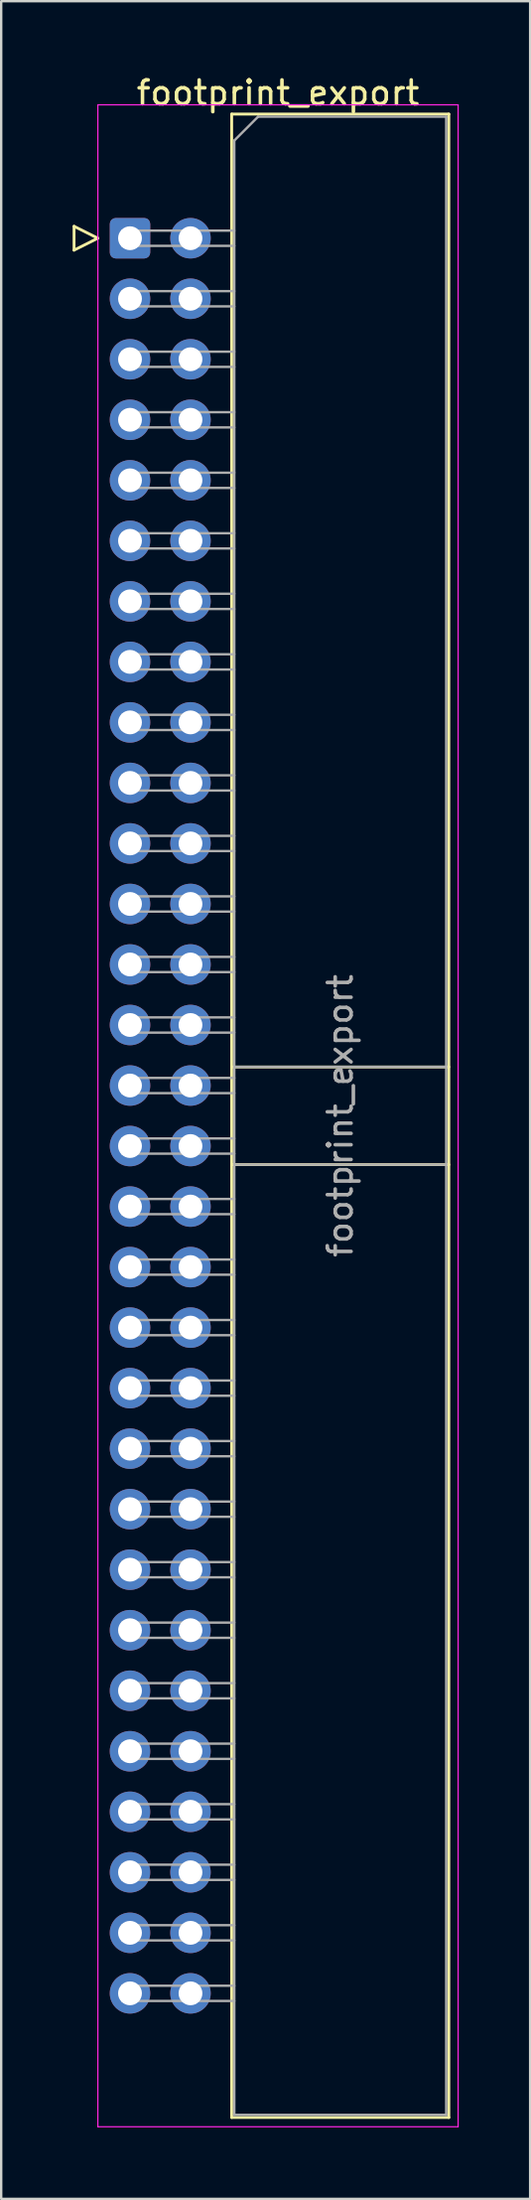
<source format=kicad_pcb>
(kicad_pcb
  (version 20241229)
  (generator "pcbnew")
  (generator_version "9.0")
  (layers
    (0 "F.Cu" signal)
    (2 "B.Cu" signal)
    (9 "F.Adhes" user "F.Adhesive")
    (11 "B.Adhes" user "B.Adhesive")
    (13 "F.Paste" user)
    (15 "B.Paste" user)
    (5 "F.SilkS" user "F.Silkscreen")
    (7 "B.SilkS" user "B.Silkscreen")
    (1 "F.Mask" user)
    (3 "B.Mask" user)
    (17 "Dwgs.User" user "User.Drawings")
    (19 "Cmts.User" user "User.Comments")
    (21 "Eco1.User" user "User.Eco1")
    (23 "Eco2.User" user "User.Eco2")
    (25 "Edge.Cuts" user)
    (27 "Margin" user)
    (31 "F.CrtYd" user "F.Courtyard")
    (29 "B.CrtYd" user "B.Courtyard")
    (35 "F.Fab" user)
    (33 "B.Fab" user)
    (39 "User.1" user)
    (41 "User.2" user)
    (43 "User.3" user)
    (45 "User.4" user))
  (footprint "footprint_export"
    (layer "F.Cu")
    (at 2.41 6.948)
    (property "Reference" "footprint_export" (at 6.215 -6.1 0) (layer "F.SilkS") (effects (font (size 1 1) (thickness 0.15))))
    (attr through_hole)
    (fp_line (start -2.35 -0.5) (end -2.35 0.5) (stroke (width 0.12) (type solid)) (layer "F.SilkS"))
    (fp_line (start -2.35 0.5) (end -1.35 0) (stroke (width 0.12) (type solid)) (layer "F.SilkS"))
    (fp_line (start -1.35 0) (end -2.35 -0.5) (stroke (width 0.12) (type solid)) (layer "F.SilkS"))
    (fp_line (start 4.27 -5.21) (end 13.39 -5.21) (stroke (width 0.12) (type solid)) (layer "F.SilkS"))
    (fp_line (start 4.27 34.78) (end 13.39 34.78) (stroke (width 0.12) (type solid)) (layer "F.SilkS"))
    (fp_line (start 4.27 38.88) (end 13.39 38.88) (stroke (width 0.12) (type solid)) (layer "F.SilkS"))
    (fp_line (start 4.27 78.87) (end 4.27 -5.21) (stroke (width 0.12) (type solid)) (layer "F.SilkS"))
    (fp_line (start 13.39 -5.21) (end 13.39 78.87) (stroke (width 0.12) (type solid)) (layer "F.SilkS"))
    (fp_line (start 13.39 78.87) (end 4.27 78.87) (stroke (width 0.12) (type solid)) (layer "F.SilkS"))
    (fp_line (start -1.35 -5.6) (end -1.35 79.26) (stroke (width 0.05) (type solid)) (layer "F.CrtYd"))
    (fp_line (start -1.35 79.26) (end 13.78 79.26) (stroke (width 0.05) (type solid)) (layer "F.CrtYd"))
    (fp_line (start 13.78 -5.6) (end -1.35 -5.6) (stroke (width 0.05) (type solid)) (layer "F.CrtYd"))
    (fp_line (start 13.78 79.26) (end 13.78 -5.6) (stroke (width 0.05) (type solid)) (layer "F.CrtYd"))
    (fp_line (start -0.32 -0.32) (end -0.32 0.32) (stroke (width 0.1) (type solid)) (layer "F.Fab"))
    (fp_line (start -0.32 0.32) (end 4.38 0.32) (stroke (width 0.1) (type solid)) (layer "F.Fab"))
    (fp_line (start -0.32 2.22) (end -0.32 2.86) (stroke (width 0.1) (type solid)) (layer "F.Fab"))
    (fp_line (start -0.32 2.86) (end 4.38 2.86) (stroke (width 0.1) (type solid)) (layer "F.Fab"))
    (fp_line (start -0.32 4.76) (end -0.32 5.4) (stroke (width 0.1) (type solid)) (layer "F.Fab"))
    (fp_line (start -0.32 5.4) (end 4.38 5.4) (stroke (width 0.1) (type solid)) (layer "F.Fab"))
    (fp_line (start -0.32 7.3) (end -0.32 7.94) (stroke (width 0.1) (type solid)) (layer "F.Fab"))
    (fp_line (start -0.32 7.94) (end 4.38 7.94) (stroke (width 0.1) (type solid)) (layer "F.Fab"))
    (fp_line (start -0.32 9.84) (end -0.32 10.48) (stroke (width 0.1) (type solid)) (layer "F.Fab"))
    (fp_line (start -0.32 10.48) (end 4.38 10.48) (stroke (width 0.1) (type solid)) (layer "F.Fab"))
    (fp_line (start -0.32 12.38) (end -0.32 13.02) (stroke (width 0.1) (type solid)) (layer "F.Fab"))
    (fp_line (start -0.32 13.02) (end 4.38 13.02) (stroke (width 0.1) (type solid)) (layer "F.Fab"))
    (fp_line (start -0.32 14.92) (end -0.32 15.56) (stroke (width 0.1) (type solid)) (layer "F.Fab"))
    (fp_line (start -0.32 15.56) (end 4.38 15.56) (stroke (width 0.1) (type solid)) (layer "F.Fab"))
    (fp_line (start -0.32 17.46) (end -0.32 18.1) (stroke (width 0.1) (type solid)) (layer "F.Fab"))
    (fp_line (start -0.32 18.1) (end 4.38 18.1) (stroke (width 0.1) (type solid)) (layer "F.Fab"))
    (fp_line (start -0.32 20) (end -0.32 20.64) (stroke (width 0.1) (type solid)) (layer "F.Fab"))
    (fp_line (start -0.32 20.64) (end 4.38 20.64) (stroke (width 0.1) (type solid)) (layer "F.Fab"))
    (fp_line (start -0.32 22.54) (end -0.32 23.18) (stroke (width 0.1) (type solid)) (layer "F.Fab"))
    (fp_line (start -0.32 23.18) (end 4.38 23.18) (stroke (width 0.1) (type solid)) (layer "F.Fab"))
    (fp_line (start -0.32 25.08) (end -0.32 25.72) (stroke (width 0.1) (type solid)) (layer "F.Fab"))
    (fp_line (start -0.32 25.72) (end 4.38 25.72) (stroke (width 0.1) (type solid)) (layer "F.Fab"))
    (fp_line (start -0.32 27.62) (end -0.32 28.26) (stroke (width 0.1) (type solid)) (layer "F.Fab"))
    (fp_line (start -0.32 28.26) (end 4.38 28.26) (stroke (width 0.1) (type solid)) (layer "F.Fab"))
    (fp_line (start -0.32 30.16) (end -0.32 30.8) (stroke (width 0.1) (type solid)) (layer "F.Fab"))
    (fp_line (start -0.32 30.8) (end 4.38 30.8) (stroke (width 0.1) (type solid)) (layer "F.Fab"))
    (fp_line (start -0.32 32.7) (end -0.32 33.34) (stroke (width 0.1) (type solid)) (layer "F.Fab"))
    (fp_line (start -0.32 33.34) (end 4.38 33.34) (stroke (width 0.1) (type solid)) (layer "F.Fab"))
    (fp_line (start -0.32 35.24) (end -0.32 35.88) (stroke (width 0.1) (type solid)) (layer "F.Fab"))
    (fp_line (start -0.32 35.88) (end 4.38 35.88) (stroke (width 0.1) (type solid)) (layer "F.Fab"))
    (fp_line (start -0.32 37.78) (end -0.32 38.42) (stroke (width 0.1) (type solid)) (layer "F.Fab"))
    (fp_line (start -0.32 38.42) (end 4.38 38.42) (stroke (width 0.1) (type solid)) (layer "F.Fab"))
    (fp_line (start -0.32 40.32) (end -0.32 40.96) (stroke (width 0.1) (type solid)) (layer "F.Fab"))
    (fp_line (start -0.32 40.96) (end 4.38 40.96) (stroke (width 0.1) (type solid)) (layer "F.Fab"))
    (fp_line (start -0.32 42.86) (end -0.32 43.5) (stroke (width 0.1) (type solid)) (layer "F.Fab"))
    (fp_line (start -0.32 43.5) (end 4.38 43.5) (stroke (width 0.1) (type solid)) (layer "F.Fab"))
    (fp_line (start -0.32 45.4) (end -0.32 46.04) (stroke (width 0.1) (type solid)) (layer "F.Fab"))
    (fp_line (start -0.32 46.04) (end 4.38 46.04) (stroke (width 0.1) (type solid)) (layer "F.Fab"))
    (fp_line (start -0.32 47.94) (end -0.32 48.58) (stroke (width 0.1) (type solid)) (layer "F.Fab"))
    (fp_line (start -0.32 48.58) (end 4.38 48.58) (stroke (width 0.1) (type solid)) (layer "F.Fab"))
    (fp_line (start -0.32 50.48) (end -0.32 51.12) (stroke (width 0.1) (type solid)) (layer "F.Fab"))
    (fp_line (start -0.32 51.12) (end 4.38 51.12) (stroke (width 0.1) (type solid)) (layer "F.Fab"))
    (fp_line (start -0.32 53.02) (end -0.32 53.66) (stroke (width 0.1) (type solid)) (layer "F.Fab"))
    (fp_line (start -0.32 53.66) (end 4.38 53.66) (stroke (width 0.1) (type solid)) (layer "F.Fab"))
    (fp_line (start -0.32 55.56) (end -0.32 56.2) (stroke (width 0.1) (type solid)) (layer "F.Fab"))
    (fp_line (start -0.32 56.2) (end 4.38 56.2) (stroke (width 0.1) (type solid)) (layer "F.Fab"))
    (fp_line (start -0.32 58.1) (end -0.32 58.74) (stroke (width 0.1) (type solid)) (layer "F.Fab"))
    (fp_line (start -0.32 58.74) (end 4.38 58.74) (stroke (width 0.1) (type solid)) (layer "F.Fab"))
    (fp_line (start -0.32 60.64) (end -0.32 61.28) (stroke (width 0.1) (type solid)) (layer "F.Fab"))
    (fp_line (start -0.32 61.28) (end 4.38 61.28) (stroke (width 0.1) (type solid)) (layer "F.Fab"))
    (fp_line (start -0.32 63.18) (end -0.32 63.82) (stroke (width 0.1) (type solid)) (layer "F.Fab"))
    (fp_line (start -0.32 63.82) (end 4.38 63.82) (stroke (width 0.1) (type solid)) (layer "F.Fab"))
    (fp_line (start -0.32 65.72) (end -0.32 66.36) (stroke (width 0.1) (type solid)) (layer "F.Fab"))
    (fp_line (start -0.32 66.36) (end 4.38 66.36) (stroke (width 0.1) (type solid)) (layer "F.Fab"))
    (fp_line (start -0.32 68.26) (end -0.32 68.9) (stroke (width 0.1) (type solid)) (layer "F.Fab"))
    (fp_line (start -0.32 68.9) (end 4.38 68.9) (stroke (width 0.1) (type solid)) (layer "F.Fab"))
    (fp_line (start -0.32 70.8) (end -0.32 71.44) (stroke (width 0.1) (type solid)) (layer "F.Fab"))
    (fp_line (start -0.32 71.44) (end 4.38 71.44) (stroke (width 0.1) (type solid)) (layer "F.Fab"))
    (fp_line (start -0.32 73.34) (end -0.32 73.98) (stroke (width 0.1) (type solid)) (layer "F.Fab"))
    (fp_line (start -0.32 73.98) (end 4.38 73.98) (stroke (width 0.1) (type solid)) (layer "F.Fab"))
    (fp_line (start 4.38 -4.1) (end 5.38 -5.1) (stroke (width 0.1) (type solid)) (layer "F.Fab"))
    (fp_line (start 4.38 -0.32) (end -0.32 -0.32) (stroke (width 0.1) (type solid)) (layer "F.Fab"))
    (fp_line (start 4.38 2.22) (end -0.32 2.22) (stroke (width 0.1) (type solid)) (layer "F.Fab"))
    (fp_line (start 4.38 4.76) (end -0.32 4.76) (stroke (width 0.1) (type solid)) (layer "F.Fab"))
    (fp_line (start 4.38 7.3) (end -0.32 7.3) (stroke (width 0.1) (type solid)) (layer "F.Fab"))
    (fp_line (start 4.38 9.84) (end -0.32 9.84) (stroke (width 0.1) (type solid)) (layer "F.Fab"))
    (fp_line (start 4.38 12.38) (end -0.32 12.38) (stroke (width 0.1) (type solid)) (layer "F.Fab"))
    (fp_line (start 4.38 14.92) (end -0.32 14.92) (stroke (width 0.1) (type solid)) (layer "F.Fab"))
    (fp_line (start 4.38 17.46) (end -0.32 17.46) (stroke (width 0.1) (type solid)) (layer "F.Fab"))
    (fp_line (start 4.38 20) (end -0.32 20) (stroke (width 0.1) (type solid)) (layer "F.Fab"))
    (fp_line (start 4.38 22.54) (end -0.32 22.54) (stroke (width 0.1) (type solid)) (layer "F.Fab"))
    (fp_line (start 4.38 25.08) (end -0.32 25.08) (stroke (width 0.1) (type solid)) (layer "F.Fab"))
    (fp_line (start 4.38 27.62) (end -0.32 27.62) (stroke (width 0.1) (type solid)) (layer "F.Fab"))
    (fp_line (start 4.38 30.16) (end -0.32 30.16) (stroke (width 0.1) (type solid)) (layer "F.Fab"))
    (fp_line (start 4.38 32.7) (end -0.32 32.7) (stroke (width 0.1) (type solid)) (layer "F.Fab"))
    (fp_line (start 4.38 34.78) (end 13.28 34.78) (stroke (width 0.1) (type solid)) (layer "F.Fab"))
    (fp_line (start 4.38 35.24) (end -0.32 35.24) (stroke (width 0.1) (type solid)) (layer "F.Fab"))
    (fp_line (start 4.38 37.78) (end -0.32 37.78) (stroke (width 0.1) (type solid)) (layer "F.Fab"))
    (fp_line (start 4.38 38.88) (end 13.28 38.88) (stroke (width 0.1) (type solid)) (layer "F.Fab"))
    (fp_line (start 4.38 40.32) (end -0.32 40.32) (stroke (width 0.1) (type solid)) (layer "F.Fab"))
    (fp_line (start 4.38 42.86) (end -0.32 42.86) (stroke (width 0.1) (type solid)) (layer "F.Fab"))
    (fp_line (start 4.38 45.4) (end -0.32 45.4) (stroke (width 0.1) (type solid)) (layer "F.Fab"))
    (fp_line (start 4.38 47.94) (end -0.32 47.94) (stroke (width 0.1) (type solid)) (layer "F.Fab"))
    (fp_line (start 4.38 50.48) (end -0.32 50.48) (stroke (width 0.1) (type solid)) (layer "F.Fab"))
    (fp_line (start 4.38 53.02) (end -0.32 53.02) (stroke (width 0.1) (type solid)) (layer "F.Fab"))
    (fp_line (start 4.38 55.56) (end -0.32 55.56) (stroke (width 0.1) (type solid)) (layer "F.Fab"))
    (fp_line (start 4.38 58.1) (end -0.32 58.1) (stroke (width 0.1) (type solid)) (layer "F.Fab"))
    (fp_line (start 4.38 60.64) (end -0.32 60.64) (stroke (width 0.1) (type solid)) (layer "F.Fab"))
    (fp_line (start 4.38 63.18) (end -0.32 63.18) (stroke (width 0.1) (type solid)) (layer "F.Fab"))
    (fp_line (start 4.38 65.72) (end -0.32 65.72) (stroke (width 0.1) (type solid)) (layer "F.Fab"))
    (fp_line (start 4.38 68.26) (end -0.32 68.26) (stroke (width 0.1) (type solid)) (layer "F.Fab"))
    (fp_line (start 4.38 70.8) (end -0.32 70.8) (stroke (width 0.1) (type solid)) (layer "F.Fab"))
    (fp_line (start 4.38 73.34) (end -0.32 73.34) (stroke (width 0.1) (type solid)) (layer "F.Fab"))
    (fp_line (start 4.38 78.76) (end 4.38 -4.1) (stroke (width 0.1) (type solid)) (layer "F.Fab"))
    (fp_line (start 5.38 -5.1) (end 13.28 -5.1) (stroke (width 0.1) (type solid)) (layer "F.Fab"))
    (fp_line (start 13.28 -5.1) (end 13.28 78.76) (stroke (width 0.1) (type solid)) (layer "F.Fab"))
    (fp_line (start 13.28 78.76) (end 4.38 78.76) (stroke (width 0.1) (type solid)) (layer "F.Fab"))
    (fp_text user "${REFERENCE}" (at 8.83 36.83 90) (layer "F.Fab") (effects (font (size 1 1) (thickness 0.15))))
    (pad "1" thru_hole roundrect (at 0 0) (size 1.7 1.7) (drill 1) (layers "*.Cu" "*.Mask") (roundrect_rratio 0.147))
    (pad "2" thru_hole circle (at 2.54 0) (size 1.7 1.7) (drill 1) (layers "*.Cu" "*.Mask"))
    (pad "3" thru_hole circle (at 0 2.54) (size 1.7 1.7) (drill 1) (layers "*.Cu" "*.Mask"))
    (pad "4" thru_hole circle (at 2.54 2.54) (size 1.7 1.7) (drill 1) (layers "*.Cu" "*.Mask"))
    (pad "5" thru_hole circle (at 0 5.08) (size 1.7 1.7) (drill 1) (layers "*.Cu" "*.Mask"))
    (pad "6" thru_hole circle (at 2.54 5.08) (size 1.7 1.7) (drill 1) (layers "*.Cu" "*.Mask"))
    (pad "7" thru_hole circle (at 0 7.62) (size 1.7 1.7) (drill 1) (layers "*.Cu" "*.Mask"))
    (pad "8" thru_hole circle (at 2.54 7.62) (size 1.7 1.7) (drill 1) (layers "*.Cu" "*.Mask"))
    (pad "9" thru_hole circle (at 0 10.16) (size 1.7 1.7) (drill 1) (layers "*.Cu" "*.Mask"))
    (pad "10" thru_hole circle (at 2.54 10.16) (size 1.7 1.7) (drill 1) (layers "*.Cu" "*.Mask"))
    (pad "11" thru_hole circle (at 0 12.7) (size 1.7 1.7) (drill 1) (layers "*.Cu" "*.Mask"))
    (pad "12" thru_hole circle (at 2.54 12.7) (size 1.7 1.7) (drill 1) (layers "*.Cu" "*.Mask"))
    (pad "13" thru_hole circle (at 0 15.24) (size 1.7 1.7) (drill 1) (layers "*.Cu" "*.Mask"))
    (pad "14" thru_hole circle (at 2.54 15.24) (size 1.7 1.7) (drill 1) (layers "*.Cu" "*.Mask"))
    (pad "15" thru_hole circle (at 0 17.78) (size 1.7 1.7) (drill 1) (layers "*.Cu" "*.Mask"))
    (pad "16" thru_hole circle (at 2.54 17.78) (size 1.7 1.7) (drill 1) (layers "*.Cu" "*.Mask"))
    (pad "17" thru_hole circle (at 0 20.32) (size 1.7 1.7) (drill 1) (layers "*.Cu" "*.Mask"))
    (pad "18" thru_hole circle (at 2.54 20.32) (size 1.7 1.7) (drill 1) (layers "*.Cu" "*.Mask"))
    (pad "19" thru_hole circle (at 0 22.86) (size 1.7 1.7) (drill 1) (layers "*.Cu" "*.Mask"))
    (pad "20" thru_hole circle (at 2.54 22.86) (size 1.7 1.7) (drill 1) (layers "*.Cu" "*.Mask"))
    (pad "21" thru_hole circle (at 0 25.4) (size 1.7 1.7) (drill 1) (layers "*.Cu" "*.Mask"))
    (pad "22" thru_hole circle (at 2.54 25.4) (size 1.7 1.7) (drill 1) (layers "*.Cu" "*.Mask"))
    (pad "23" thru_hole circle (at 0 27.94) (size 1.7 1.7) (drill 1) (layers "*.Cu" "*.Mask"))
    (pad "24" thru_hole circle (at 2.54 27.94) (size 1.7 1.7) (drill 1) (layers "*.Cu" "*.Mask"))
    (pad "25" thru_hole circle (at 0 30.48) (size 1.7 1.7) (drill 1) (layers "*.Cu" "*.Mask"))
    (pad "26" thru_hole circle (at 2.54 30.48) (size 1.7 1.7) (drill 1) (layers "*.Cu" "*.Mask"))
    (pad "27" thru_hole circle (at 0 33.02) (size 1.7 1.7) (drill 1) (layers "*.Cu" "*.Mask"))
    (pad "28" thru_hole circle (at 2.54 33.02) (size 1.7 1.7) (drill 1) (layers "*.Cu" "*.Mask"))
    (pad "29" thru_hole circle (at 0 35.56) (size 1.7 1.7) (drill 1) (layers "*.Cu" "*.Mask"))
    (pad "30" thru_hole circle (at 2.54 35.56) (size 1.7 1.7) (drill 1) (layers "*.Cu" "*.Mask"))
    (pad "31" thru_hole circle (at 0 38.1) (size 1.7 1.7) (drill 1) (layers "*.Cu" "*.Mask"))
    (pad "32" thru_hole circle (at 2.54 38.1) (size 1.7 1.7) (drill 1) (layers "*.Cu" "*.Mask"))
    (pad "33" thru_hole circle (at 0 40.64) (size 1.7 1.7) (drill 1) (layers "*.Cu" "*.Mask"))
    (pad "34" thru_hole circle (at 2.54 40.64) (size 1.7 1.7) (drill 1) (layers "*.Cu" "*.Mask"))
    (pad "35" thru_hole circle (at 0 43.18) (size 1.7 1.7) (drill 1) (layers "*.Cu" "*.Mask"))
    (pad "36" thru_hole circle (at 2.54 43.18) (size 1.7 1.7) (drill 1) (layers "*.Cu" "*.Mask"))
    (pad "37" thru_hole circle (at 0 45.72) (size 1.7 1.7) (drill 1) (layers "*.Cu" "*.Mask"))
    (pad "38" thru_hole circle (at 2.54 45.72) (size 1.7 1.7) (drill 1) (layers "*.Cu" "*.Mask"))
    (pad "39" thru_hole circle (at 0 48.26) (size 1.7 1.7) (drill 1) (layers "*.Cu" "*.Mask"))
    (pad "40" thru_hole circle (at 2.54 48.26) (size 1.7 1.7) (drill 1) (layers "*.Cu" "*.Mask"))
    (pad "41" thru_hole circle (at 0 50.8) (size 1.7 1.7) (drill 1) (layers "*.Cu" "*.Mask"))
    (pad "42" thru_hole circle (at 2.54 50.8) (size 1.7 1.7) (drill 1) (layers "*.Cu" "*.Mask"))
    (pad "43" thru_hole circle (at 0 53.34) (size 1.7 1.7) (drill 1) (layers "*.Cu" "*.Mask"))
    (pad "44" thru_hole circle (at 2.54 53.34) (size 1.7 1.7) (drill 1) (layers "*.Cu" "*.Mask"))
    (pad "45" thru_hole circle (at 0 55.88) (size 1.7 1.7) (drill 1) (layers "*.Cu" "*.Mask"))
    (pad "46" thru_hole circle (at 2.54 55.88) (size 1.7 1.7) (drill 1) (layers "*.Cu" "*.Mask"))
    (pad "47" thru_hole circle (at 0 58.42) (size 1.7 1.7) (drill 1) (layers "*.Cu" "*.Mask"))
    (pad "48" thru_hole circle (at 2.54 58.42) (size 1.7 1.7) (drill 1) (layers "*.Cu" "*.Mask"))
    (pad "49" thru_hole circle (at 0 60.96) (size 1.7 1.7) (drill 1) (layers "*.Cu" "*.Mask"))
    (pad "50" thru_hole circle (at 2.54 60.96) (size 1.7 1.7) (drill 1) (layers "*.Cu" "*.Mask"))
    (pad "51" thru_hole circle (at 0 63.5) (size 1.7 1.7) (drill 1) (layers "*.Cu" "*.Mask"))
    (pad "52" thru_hole circle (at 2.54 63.5) (size 1.7 1.7) (drill 1) (layers "*.Cu" "*.Mask"))
    (pad "53" thru_hole circle (at 0 66.04) (size 1.7 1.7) (drill 1) (layers "*.Cu" "*.Mask"))
    (pad "54" thru_hole circle (at 2.54 66.04) (size 1.7 1.7) (drill 1) (layers "*.Cu" "*.Mask"))
    (pad "55" thru_hole circle (at 0 68.58) (size 1.7 1.7) (drill 1) (layers "*.Cu" "*.Mask"))
    (pad "56" thru_hole circle (at 2.54 68.58) (size 1.7 1.7) (drill 1) (layers "*.Cu" "*.Mask"))
    (pad "57" thru_hole circle (at 0 71.12) (size 1.7 1.7) (drill 1) (layers "*.Cu" "*.Mask"))
    (pad "58" thru_hole circle (at 2.54 71.12) (size 1.7 1.7) (drill 1) (layers "*.Cu" "*.Mask"))
    (pad "59" thru_hole circle (at 0 73.66) (size 1.7 1.7) (drill 1) (layers "*.Cu" "*.Mask"))
    (pad "60" thru_hole circle (at 2.54 73.66) (size 1.7 1.7) (drill 1) (layers "*.Cu" "*.Mask")))
  (gr_rect
    (start -3 -3)
    (end 19.215 89.233)
    (stroke (width 0.1) (type default))
    (fill no)
    (layer "Edge.Cuts")))
</source>
